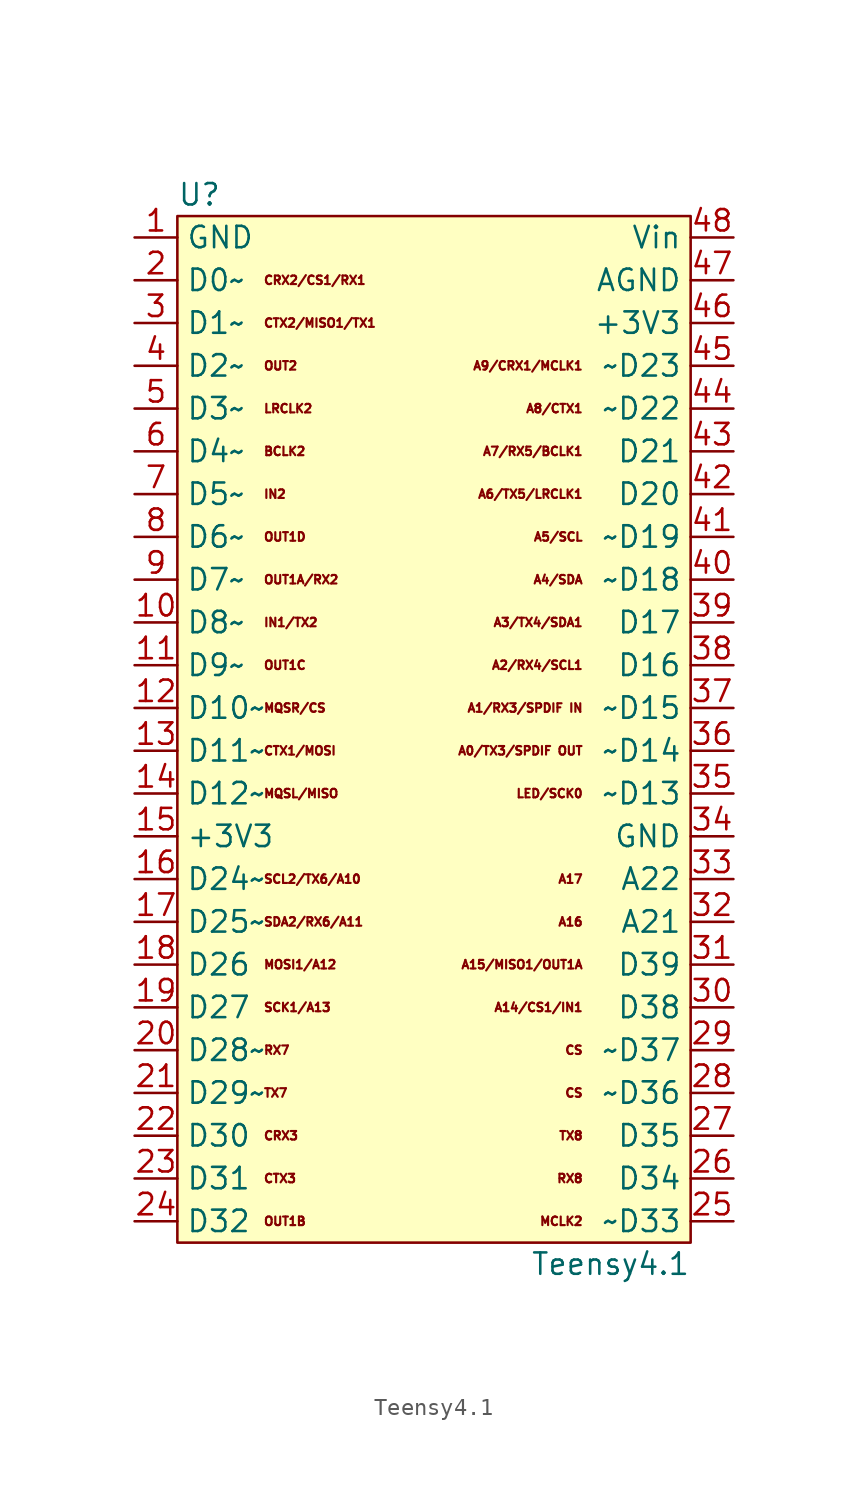
<source format=kicad_sym>
(kicad_symbol_lib
  (version 20211014)
  (generator kicad_symbol_editor)
  (symbol "Teensy4.1"
    (property "Reference" "U"
      (at -15.24 33.02 0)
      (effects (font (size 1.27 1.27)) (justify left)))
    (property "Value" "Teensy4.1"
      (at 15.24 -30.48 0)
      (effects (font (size 1.27 1.27)) (justify right)))
    (symbol "Teensy4.1_0_0"
      (rectangle (start -15.24 31.75) (end 15.24 -29.21) (stroke (width 0) (type default) (color 0 0 0 0)) (fill (type background)))
      (text "A0/TX3/SPDIF OUT" (at 8.89 0 0) (effects (font (size 0.508 0.508)) (justify right)))
      (text "A1/RX3/SPDIF IN" (at 8.89 2.54 0) (effects (font (size 0.508 0.508)) (justify right)))
      (text "A14/CS1/IN1" (at 8.89 -15.24 0) (effects (font (size 0.508 0.508)) (justify right)))
      (text "A15/MISO1/OUT1A" (at 8.89 -12.7 0) (effects (font (size 0.508 0.508)) (justify right)))
      (text "A16" (at 8.89 -10.16 0) (effects (font (size 0.508 0.508)) (justify right)))
      (text "A17" (at 8.89 -7.62 0) (effects (font (size 0.508 0.508)) (justify right)))
      (text "A2/RX4/SCL1" (at 8.89 5.08 0) (effects (font (size 0.508 0.508)) (justify right)))
      (text "A3/TX4/SDA1" (at 8.89 7.62 0) (effects (font (size 0.508 0.508)) (justify right)))
      (text "A4/SDA" (at 8.89 10.16 0) (effects (font (size 0.508 0.508)) (justify right)))
      (text "A5/SCL" (at 8.89 12.7 0) (effects (font (size 0.508 0.508)) (justify right)))
      (text "A6/TX5/LRCLK1" (at 8.89 15.24 0) (effects (font (size 0.508 0.508)) (justify right)))
      (text "A7/RX5/BCLK1" (at 8.89 17.78 0) (effects (font (size 0.508 0.508)) (justify right)))
      (text "A8/CTX1" (at 8.89 20.32 0) (effects (font (size 0.508 0.508)) (justify right)))
      (text "A9/CRX1/MCLK1" (at 8.89 22.86 0) (effects (font (size 0.508 0.508)) (justify right)))
      (text "BCLK2" (at -10.16 17.78 0) (effects (font (size 0.508 0.508)) (justify left)))
      (text "CRX2/CS1/RX1" (at -10.16 27.94 0) (effects (font (size 0.508 0.508)) (justify left)))
      (text "CRX3" (at -10.16 -22.86 0) (effects (font (size 0.508 0.508)) (justify left)))
      (text "CS" (at 8.89 -20.32 0) (effects (font (size 0.508 0.508)) (justify right)))
      (text "CS" (at 8.89 -17.78 0) (effects (font (size 0.508 0.508)) (justify right)))
      (text "CTX1/MOSI" (at -10.16 0 0) (effects (font (size 0.508 0.508)) (justify left)))
      (text "CTX2/MISO1/TX1" (at -10.16 25.4 0) (effects (font (size 0.508 0.508)) (justify left)))
      (text "CTX3" (at -10.16 -25.4 0) (effects (font (size 0.508 0.508)) (justify left)))
      (text "IN1/TX2" (at -10.16 7.62 0) (effects (font (size 0.508 0.508)) (justify left)))
      (text "IN2" (at -10.16 15.24 0) (effects (font (size 0.508 0.508)) (justify left)))
      (text "LED/SCK0" (at 8.89 -2.54 0) (effects (font (size 0.508 0.508)) (justify right)))
      (text "LRCLK2" (at -10.16 20.32 0) (effects (font (size 0.508 0.508)) (justify left)))
      (text "MCLK2" (at 8.89 -27.94 0) (effects (font (size 0.508 0.508)) (justify right)))
      (text "MOSI1/A12" (at -10.16 -12.7 0) (effects (font (size 0.508 0.508)) (justify left)))
      (text "MQSL/MISO" (at -10.16 -2.54 0) (effects (font (size 0.508 0.508)) (justify left)))
      (text "MQSR/CS" (at -10.16 2.54 0) (effects (font (size 0.508 0.508)) (justify left)))
      (text "OUT1A/RX2" (at -10.16 10.16 0) (effects (font (size 0.508 0.508)) (justify left)))
      (text "OUT1B" (at -10.16 -27.94 0) (effects (font (size 0.508 0.508)) (justify left)))
      (text "OUT1C" (at -10.16 5.08 0) (effects (font (size 0.508 0.508)) (justify left)))
      (text "OUT1D" (at -10.16 12.7 0) (effects (font (size 0.508 0.508)) (justify left)))
      (text "OUT2" (at -10.16 22.86 0) (effects (font (size 0.508 0.508)) (justify left)))
      (text "RX7" (at -10.16 -17.78 0) (effects (font (size 0.508 0.508)) (justify left)))
      (text "RX8" (at 8.89 -25.4 0) (effects (font (size 0.508 0.508)) (justify right)))
      (text "SCK1/A13" (at -10.16 -15.24 0) (effects (font (size 0.508 0.508)) (justify left)))
      (text "SCL2/TX6/A10" (at -10.16 -7.62 0) (effects (font (size 0.508 0.508)) (justify left)))
      (text "SDA2/RX6/A11" (at -10.16 -10.16 0) (effects (font (size 0.508 0.508)) (justify left)))
      (text "TX7" (at -10.16 -20.32 0) (effects (font (size 0.508 0.508)) (justify left)))
      (text "TX8" (at 8.89 -22.86 0) (effects (font (size 0.508 0.508)) (justify right))))
    (symbol "Teensy4.1_1_1"
      (pin passive line (at -17.78 30.48 0) (length 2.54) (name "GND" (effects (font (size 1.27 1.27)))) (number "1" (effects (font (size 1.27 1.27)))))
      (pin bidirectional line (at -17.78 7.62 0) (length 2.54) (name "D8~" (effects (font (size 1.27 1.27)))) (number "10" (effects (font (size 1.27 1.27)))))
      (pin bidirectional line (at -17.78 5.08 0) (length 2.54) (name "D9~" (effects (font (size 1.27 1.27)))) (number "11" (effects (font (size 1.27 1.27)))))
      (pin bidirectional line (at -17.78 2.54 0) (length 2.54) (name "D10~" (effects (font (size 1.27 1.27)))) (number "12" (effects (font (size 1.27 1.27)))))
      (pin bidirectional line (at -17.78 0 0) (length 2.54) (name "D11~" (effects (font (size 1.27 1.27)))) (number "13" (effects (font (size 1.27 1.27)))))
      (pin bidirectional line (at -17.78 -2.54 0) (length 2.54) (name "D12~" (effects (font (size 1.27 1.27)))) (number "14" (effects (font (size 1.27 1.27)))))
      (pin passive line (at -17.78 -5.08 0) (length 2.54) (name "+3V3" (effects (font (size 1.27 1.27)))) (number "15" (effects (font (size 1.27 1.27)))))
      (pin bidirectional line (at -17.78 -7.62 0) (length 2.54) (name "D24~" (effects (font (size 1.27 1.27)))) (number "16" (effects (font (size 1.27 1.27)))))
      (pin bidirectional line (at -17.78 -10.16 0) (length 2.54) (name "D25~" (effects (font (size 1.27 1.27)))) (number "17" (effects (font (size 1.27 1.27)))))
      (pin bidirectional line (at -17.78 -12.7 0) (length 2.54) (name "D26" (effects (font (size 1.27 1.27)))) (number "18" (effects (font (size 1.27 1.27)))))
      (pin bidirectional line (at -17.78 -15.24 0) (length 2.54) (name "D27" (effects (font (size 1.27 1.27)))) (number "19" (effects (font (size 1.27 1.27)))))
      (pin bidirectional line (at -17.78 27.94 0) (length 2.54) (name "D0~" (effects (font (size 1.27 1.27)))) (number "2" (effects (font (size 1.27 1.27)))))
      (pin bidirectional line (at -17.78 -17.78 0) (length 2.54) (name "D28~" (effects (font (size 1.27 1.27)))) (number "20" (effects (font (size 1.27 1.27)))))
      (pin bidirectional line (at -17.78 -20.32 0) (length 2.54) (name "D29~" (effects (font (size 1.27 1.27)))) (number "21" (effects (font (size 1.27 1.27)))))
      (pin bidirectional line (at -17.78 -22.86 0) (length 2.54) (name "D30" (effects (font (size 1.27 1.27)))) (number "22" (effects (font (size 1.27 1.27)))))
      (pin bidirectional line (at -17.78 -25.4 0) (length 2.54) (name "D31" (effects (font (size 1.27 1.27)))) (number "23" (effects (font (size 1.27 1.27)))))
      (pin bidirectional line (at -17.78 -27.94 0) (length 2.54) (name "D32" (effects (font (size 1.27 1.27)))) (number "24" (effects (font (size 1.27 1.27)))))
      (pin bidirectional line (at 17.78 -27.94 180) (length 2.54) (name "~D33" (effects (font (size 1.27 1.27)))) (number "25" (effects (font (size 1.27 1.27)))))
      (pin bidirectional line (at 17.78 -25.4 180) (length 2.54) (name "D34" (effects (font (size 1.27 1.27)))) (number "26" (effects (font (size 1.27 1.27)))))
      (pin bidirectional line (at 17.78 -22.86 180) (length 2.54) (name "D35" (effects (font (size 1.27 1.27)))) (number "27" (effects (font (size 1.27 1.27)))))
      (pin bidirectional line (at 17.78 -20.32 180) (length 2.54) (name "~D36" (effects (font (size 1.27 1.27)))) (number "28" (effects (font (size 1.27 1.27)))))
      (pin bidirectional line (at 17.78 -17.78 180) (length 2.54) (name "~D37" (effects (font (size 1.27 1.27)))) (number "29" (effects (font (size 1.27 1.27)))))
      (pin bidirectional line (at -17.78 25.4 0) (length 2.54) (name "D1~" (effects (font (size 1.27 1.27)))) (number "3" (effects (font (size 1.27 1.27)))))
      (pin bidirectional line (at 17.78 -15.24 180) (length 2.54) (name "D38" (effects (font (size 1.27 1.27)))) (number "30" (effects (font (size 1.27 1.27)))))
      (pin bidirectional line (at 17.78 -12.7 180) (length 2.54) (name "D39" (effects (font (size 1.27 1.27)))) (number "31" (effects (font (size 1.27 1.27)))))
      (pin bidirectional line (at 17.78 -10.16 180) (length 2.54) (name "A21" (effects (font (size 1.27 1.27)))) (number "32" (effects (font (size 1.27 1.27)))))
      (pin bidirectional line (at 17.78 -7.62 180) (length 2.54) (name "A22" (effects (font (size 1.27 1.27)))) (number "33" (effects (font (size 1.27 1.27)))))
      (pin power_out line (at 17.78 -5.08 180) (length 2.54) (name "GND" (effects (font (size 1.27 1.27)))) (number "34" (effects (font (size 1.27 1.27)))))
      (pin bidirectional line (at 17.78 -2.54 180) (length 2.54) (name "~D13" (effects (font (size 1.27 1.27)))) (number "35" (effects (font (size 1.27 1.27)))))
      (pin bidirectional line (at 17.78 0 180) (length 2.54) (name "~D14" (effects (font (size 1.27 1.27)))) (number "36" (effects (font (size 1.27 1.27)))))
      (pin bidirectional line (at 17.78 2.54 180) (length 2.54) (name "~D15" (effects (font (size 1.27 1.27)))) (number "37" (effects (font (size 1.27 1.27)))))
      (pin bidirectional line (at 17.78 5.08 180) (length 2.54) (name "D16" (effects (font (size 1.27 1.27)))) (number "38" (effects (font (size 1.27 1.27)))))
      (pin bidirectional line (at 17.78 7.62 180) (length 2.54) (name "D17" (effects (font (size 1.27 1.27)))) (number "39" (effects (font (size 1.27 1.27)))))
      (pin bidirectional line (at -17.78 22.86 0) (length 2.54) (name "D2~" (effects (font (size 1.27 1.27)))) (number "4" (effects (font (size 1.27 1.27)))))
      (pin bidirectional line (at 17.78 10.16 180) (length 2.54) (name "~D18" (effects (font (size 1.27 1.27)))) (number "40" (effects (font (size 1.27 1.27)))))
      (pin bidirectional line (at 17.78 12.7 180) (length 2.54) (name "~D19" (effects (font (size 1.27 1.27)))) (number "41" (effects (font (size 1.27 1.27)))))
      (pin bidirectional line (at 17.78 15.24 180) (length 2.54) (name "D20" (effects (font (size 1.27 1.27)))) (number "42" (effects (font (size 1.27 1.27)))))
      (pin bidirectional line (at 17.78 17.78 180) (length 2.54) (name "D21" (effects (font (size 1.27 1.27)))) (number "43" (effects (font (size 1.27 1.27)))))
      (pin bidirectional line (at 17.78 20.32 180) (length 2.54) (name "~D22" (effects (font (size 1.27 1.27)))) (number "44" (effects (font (size 1.27 1.27)))))
      (pin bidirectional line (at 17.78 22.86 180) (length 2.54) (name "~D23" (effects (font (size 1.27 1.27)))) (number "45" (effects (font (size 1.27 1.27)))))
      (pin power_out line (at 17.78 25.4 180) (length 2.54) (name "+3V3" (effects (font (size 1.27 1.27)))) (number "46" (effects (font (size 1.27 1.27)))))
      (pin passive line (at 17.78 27.94 180) (length 2.54) (name "AGND" (effects (font (size 1.27 1.27)))) (number "47" (effects (font (size 1.27 1.27)))))
      (pin bidirectional line (at 17.78 30.48 180) (length 2.54) (name "Vin" (effects (font (size 1.27 1.27)))) (number "48" (effects (font (size 1.27 1.27)))))
      (pin bidirectional line (at -17.78 20.32 0) (length 2.54) (name "D3~" (effects (font (size 1.27 1.27)))) (number "5" (effects (font (size 1.27 1.27)))))
      (pin bidirectional line (at -17.78 17.78 0) (length 2.54) (name "D4~" (effects (font (size 1.27 1.27)))) (number "6" (effects (font (size 1.27 1.27)))))
      (pin bidirectional line (at -17.78 15.24 0) (length 2.54) (name "D5~" (effects (font (size 1.27 1.27)))) (number "7" (effects (font (size 1.27 1.27)))))
      (pin bidirectional line (at -17.78 12.7 0) (length 2.54) (name "D6~" (effects (font (size 1.27 1.27)))) (number "8" (effects (font (size 1.27 1.27)))))
      (pin bidirectional line (at -17.78 10.16 0) (length 2.54) (name "D7~" (effects (font (size 1.27 1.27)))) (number "9" (effects (font (size 1.27 1.27))))))))
</source>
